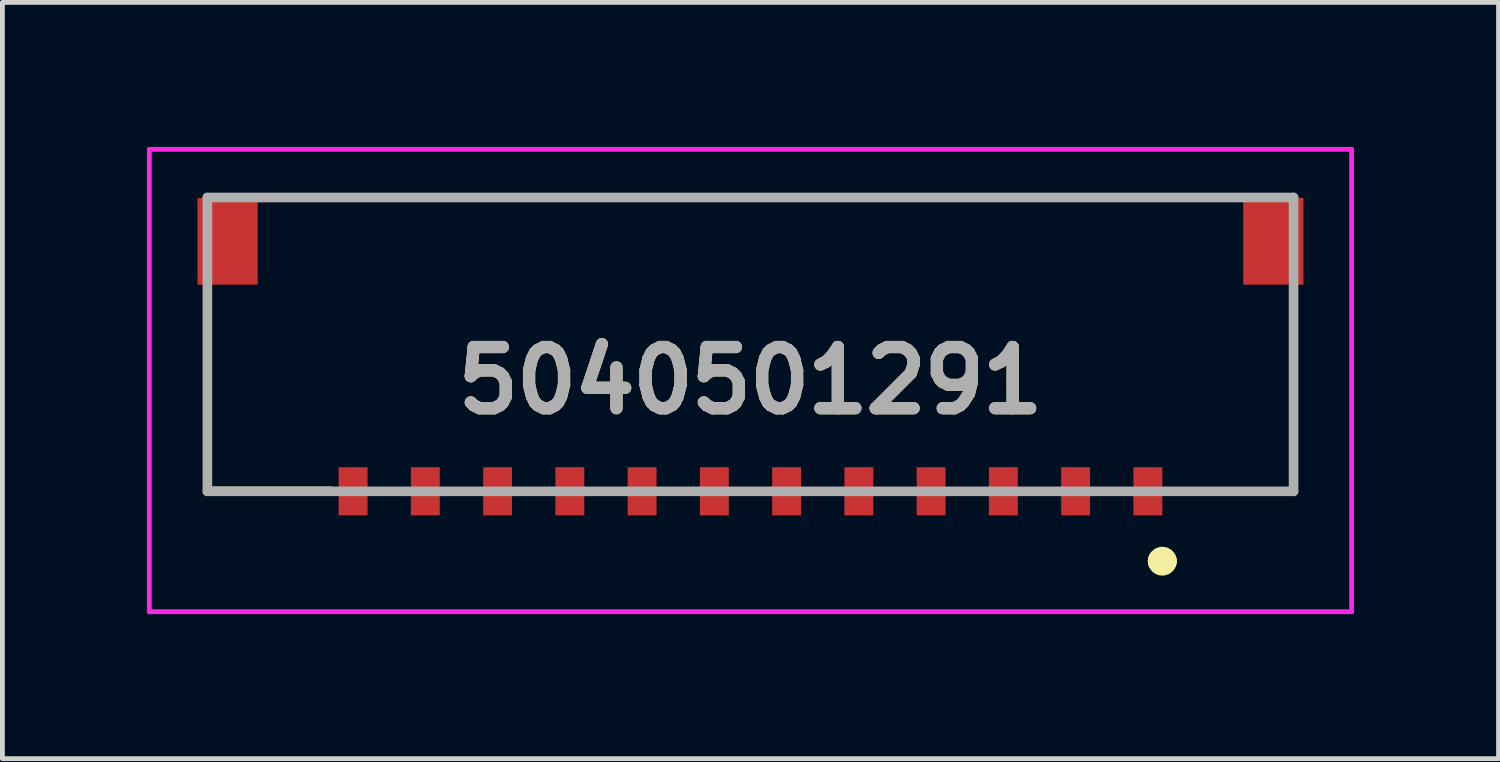
<source format=kicad_pcb>
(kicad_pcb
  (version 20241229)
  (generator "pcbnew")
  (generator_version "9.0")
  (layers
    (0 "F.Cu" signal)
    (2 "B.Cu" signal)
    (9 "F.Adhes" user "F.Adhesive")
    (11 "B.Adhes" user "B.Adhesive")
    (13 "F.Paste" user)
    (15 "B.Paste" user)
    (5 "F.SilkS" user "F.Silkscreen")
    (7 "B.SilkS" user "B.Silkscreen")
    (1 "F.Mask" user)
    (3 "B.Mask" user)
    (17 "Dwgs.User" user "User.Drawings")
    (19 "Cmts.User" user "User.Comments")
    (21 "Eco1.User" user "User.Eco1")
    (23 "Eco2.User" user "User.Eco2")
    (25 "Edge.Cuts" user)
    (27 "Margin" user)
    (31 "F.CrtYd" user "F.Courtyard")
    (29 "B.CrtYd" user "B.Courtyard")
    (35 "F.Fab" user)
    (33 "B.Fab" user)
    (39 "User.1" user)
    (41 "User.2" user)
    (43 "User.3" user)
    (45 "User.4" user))
  (footprint "5040501291"
    (layer "F.Cu")
    (at 12.53 4.1)
    (property "Reference" "5040501291" (at 0 0.75 0) (layer "F.SilkS") (effects (font (size 1.27 1.27) (thickness 0.254))))
    (attr smd)
    (fp_line (start -11.275 -1) (end -11.275 3) (stroke (width 0.1) (type solid)) (layer "F.SilkS"))
    (fp_line (start -11.275 3) (end -8.7 3) (stroke (width 0.1) (type solid)) (layer "F.SilkS"))
    (fp_line (start -10 -3.05) (end 10 -3.05) (stroke (width 0.1) (type solid)) (layer "F.SilkS"))
    (fp_line (start 8.5 4.5) (end 8.5 4.5) (stroke (width 0.5) (type solid)) (layer "F.SilkS"))
    (fp_line (start 8.6 4.5) (end 8.6 4.5) (stroke (width 0.5) (type solid)) (layer "F.SilkS"))
    (fp_line (start 11.275 -1) (end 11.275 3.05) (stroke (width 0.1) (type solid)) (layer "F.SilkS"))
    (fp_line (start 11.275 3.05) (end 8.7 3.05) (stroke (width 0.1) (type solid)) (layer "F.SilkS"))
    (fp_arc (start 8.5 4.5) (mid 8.55 4.45) (end 8.6 4.5) (stroke (width 0.5) (type solid)) (layer "F.SilkS"))
    (fp_arc (start 8.6 4.5) (mid 8.55 4.55) (end 8.5 4.5) (stroke (width 0.5) (type solid)) (layer "F.SilkS"))
    (fp_line (start -12.48 -4.05) (end 12.48 -4.05) (stroke (width 0.1) (type solid)) (layer "F.CrtYd"))
    (fp_line (start -12.48 5.55) (end -12.48 -4.05) (stroke (width 0.1) (type solid)) (layer "F.CrtYd"))
    (fp_line (start 12.48 -4.05) (end 12.48 5.55) (stroke (width 0.1) (type solid)) (layer "F.CrtYd"))
    (fp_line (start 12.48 5.55) (end -12.48 5.55) (stroke (width 0.1) (type solid)) (layer "F.CrtYd"))
    (fp_line (start -11.275 -3.05) (end 11.275 -3.05) (stroke (width 0.2) (type solid)) (layer "F.Fab"))
    (fp_line (start -11.275 3.05) (end -11.275 -3.05) (stroke (width 0.2) (type solid)) (layer "F.Fab"))
    (fp_line (start 11.275 -3.05) (end 11.275 3.05) (stroke (width 0.2) (type solid)) (layer "F.Fab"))
    (fp_line (start 11.275 3.05) (end -11.275 3.05) (stroke (width 0.2) (type solid)) (layer "F.Fab"))
    (fp_text user "${REFERENCE}" (at 0 0.75 0) (layer "F.Fab") (effects (font (size 1.27 1.27) (thickness 0.254))))
    (pad "1" smd rect (at 8.25 3.05) (size 0.6 1) (layers "F.Cu" "F.Mask" "F.Paste"))
    (pad "2" smd rect (at 6.75 3.05) (size 0.6 1) (layers "F.Cu" "F.Mask" "F.Paste"))
    (pad "3" smd rect (at 5.25 3.05) (size 0.6 1) (layers "F.Cu" "F.Mask" "F.Paste"))
    (pad "4" smd rect (at 3.75 3.05) (size 0.6 1) (layers "F.Cu" "F.Mask" "F.Paste"))
    (pad "5" smd rect (at 2.25 3.05) (size 0.6 1) (layers "F.Cu" "F.Mask" "F.Paste"))
    (pad "6" smd rect (at 0.75 3.05) (size 0.6 1) (layers "F.Cu" "F.Mask" "F.Paste"))
    (pad "7" smd rect (at -0.75 3.05) (size 0.6 1) (layers "F.Cu" "F.Mask" "F.Paste"))
    (pad "8" smd rect (at -2.25 3.05) (size 0.6 1) (layers "F.Cu" "F.Mask" "F.Paste"))
    (pad "9" smd rect (at -3.75 3.05) (size 0.6 1) (layers "F.Cu" "F.Mask" "F.Paste"))
    (pad "10" smd rect (at -5.25 3.05) (size 0.6 1) (layers "F.Cu" "F.Mask" "F.Paste"))
    (pad "11" smd rect (at -6.75 3.05) (size 0.6 1) (layers "F.Cu" "F.Mask" "F.Paste"))
    (pad "12" smd rect (at -8.25 3.05) (size 0.6 1) (layers "F.Cu" "F.Mask" "F.Paste"))
    (pad "MP1" smd rect (at -10.855 -2.14) (size 1.25 1.8) (layers "F.Cu" "F.Mask" "F.Paste"))
    (pad "MP2" smd rect (at 10.855 -2.14) (size 1.25 1.8) (layers "F.Cu" "F.Mask" "F.Paste")))
  (gr_rect
    (start -3 -3)
    (end 28.06 12.7)
    (stroke (width 0.1) (type default))
    (fill no)
    (layer "Edge.Cuts")))
</source>
